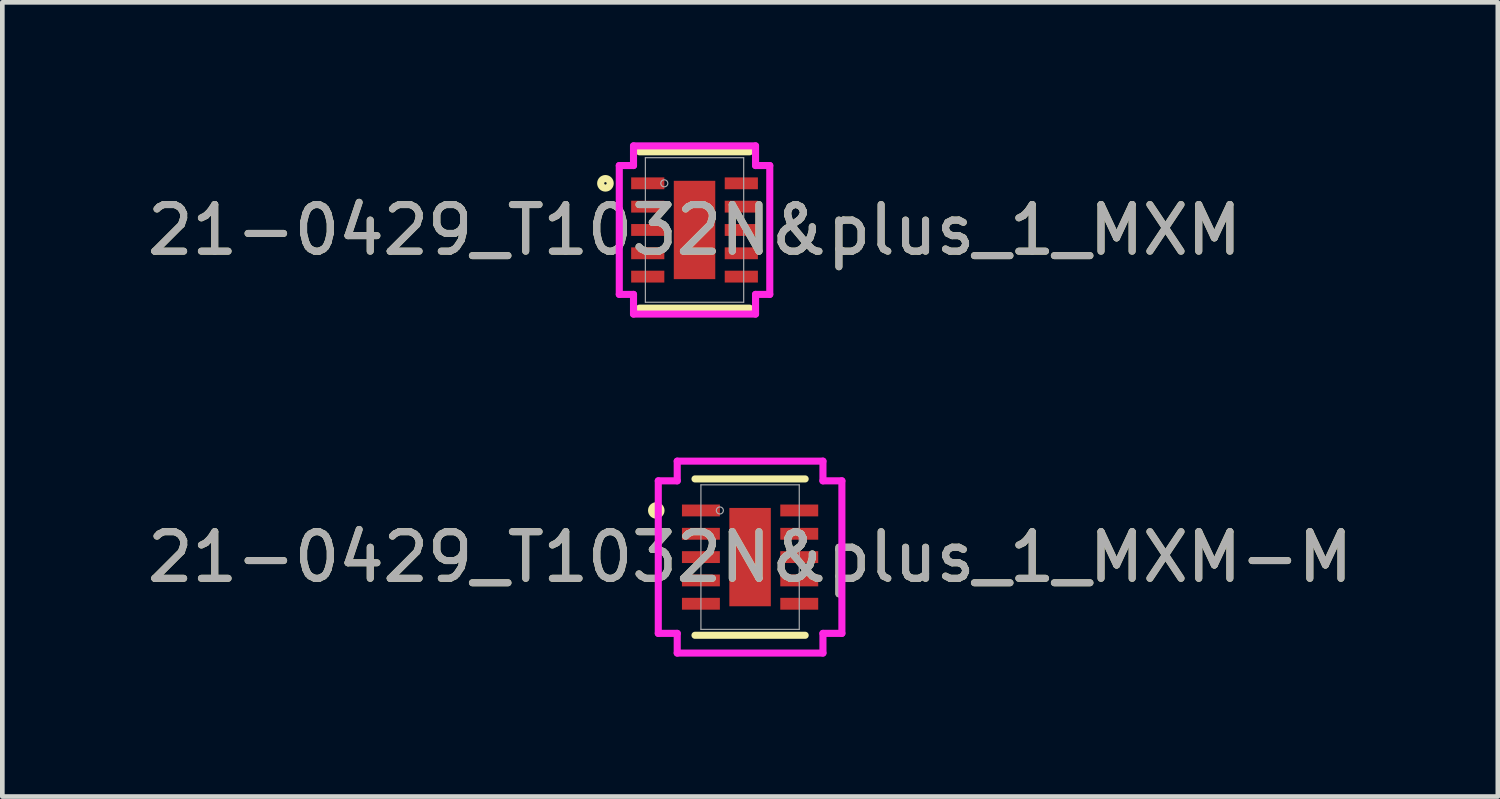
<source format=kicad_pcb>
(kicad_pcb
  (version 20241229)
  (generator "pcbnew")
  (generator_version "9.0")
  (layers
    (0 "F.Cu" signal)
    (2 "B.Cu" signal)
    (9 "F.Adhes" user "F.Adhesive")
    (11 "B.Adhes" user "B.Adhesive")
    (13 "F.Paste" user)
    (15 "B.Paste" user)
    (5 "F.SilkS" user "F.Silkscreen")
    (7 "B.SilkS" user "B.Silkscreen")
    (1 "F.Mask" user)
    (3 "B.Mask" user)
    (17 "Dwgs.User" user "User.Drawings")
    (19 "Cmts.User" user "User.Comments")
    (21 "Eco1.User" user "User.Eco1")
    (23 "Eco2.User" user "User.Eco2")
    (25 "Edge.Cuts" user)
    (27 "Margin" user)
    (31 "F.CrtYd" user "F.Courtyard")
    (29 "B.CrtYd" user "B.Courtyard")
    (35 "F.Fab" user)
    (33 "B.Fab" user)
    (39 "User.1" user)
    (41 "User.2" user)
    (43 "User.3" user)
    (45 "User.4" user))
  (footprint "21-0429_T1032N&plus_1_MXM-M"
    (layer "F.Cu")
    (at 13.03 8.893)
    (property "Reference" "21-0429_T1032N&plus_1_MXM-M" (at 0 0 0) (unlocked yes) (layer "F.SilkS") (effects (font (size 1 1) (thickness 0.15))))
    (attr smd)
    (fp_line (start -1.181 1.676) (end 1.181 1.676) (stroke (width 0.152) (type solid)) (layer "F.SilkS"))
    (fp_line (start 1.181 -1.676) (end -1.181 -1.676) (stroke (width 0.152) (type solid)) (layer "F.SilkS"))
    (fp_circle (center -2.011 -1) (end -1.91 -1) (stroke (width 0.152) (type solid)) (fill no) (layer "F.SilkS"))
    (fp_line (start -1.968 -1.635) (end -1.562 -1.635) (stroke (width 0.152) (type solid)) (layer "F.CrtYd"))
    (fp_line (start -1.968 1.635) (end -1.968 -1.635) (stroke (width 0.152) (type solid)) (layer "F.CrtYd"))
    (fp_line (start -1.968 1.635) (end -1.562 1.635) (stroke (width 0.152) (type solid)) (layer "F.CrtYd"))
    (fp_line (start -1.562 -2.057) (end 1.562 -2.057) (stroke (width 0.152) (type solid)) (layer "F.CrtYd"))
    (fp_line (start -1.562 -1.635) (end -1.562 -2.057) (stroke (width 0.152) (type solid)) (layer "F.CrtYd"))
    (fp_line (start -1.562 2.057) (end -1.562 1.635) (stroke (width 0.152) (type solid)) (layer "F.CrtYd"))
    (fp_line (start 1.562 -2.057) (end 1.562 -1.635) (stroke (width 0.152) (type solid)) (layer "F.CrtYd"))
    (fp_line (start 1.562 1.635) (end 1.562 2.057) (stroke (width 0.152) (type solid)) (layer "F.CrtYd"))
    (fp_line (start 1.562 2.057) (end -1.562 2.057) (stroke (width 0.152) (type solid)) (layer "F.CrtYd"))
    (fp_line (start 1.968 -1.635) (end 1.562 -1.635) (stroke (width 0.152) (type solid)) (layer "F.CrtYd"))
    (fp_line (start 1.968 -1.635) (end 1.968 1.635) (stroke (width 0.152) (type solid)) (layer "F.CrtYd"))
    (fp_line (start 1.968 1.635) (end 1.562 1.635) (stroke (width 0.152) (type solid)) (layer "F.CrtYd"))
    (fp_line (start -1.054 -1.549) (end -1.054 1.549) (stroke (width 0.025) (type solid)) (layer "F.Fab"))
    (fp_line (start -1.054 1.549) (end 1.054 1.549) (stroke (width 0.025) (type solid)) (layer "F.Fab"))
    (fp_line (start 1.054 -1.549) (end -1.054 -1.549) (stroke (width 0.025) (type solid)) (layer "F.Fab"))
    (fp_line (start 1.054 1.549) (end 1.054 -1.549) (stroke (width 0.025) (type solid)) (layer "F.Fab"))
    (fp_circle (center -0.648 -1) (end -0.572 -1) (stroke (width 0.025) (type solid)) (fill no) (layer "F.Fab"))
    (fp_text user "${REFERENCE}" (at 0 0 0) (unlocked yes) (layer "F.Fab") (effects (font (size 1 1) (thickness 0.15))))
    (pad "1" smd rect (at -1.054 -1) (size 0.813 0.254) (layers "F.Cu" "F.Mask" "F.Paste"))
    (pad "2" smd rect (at -1.054 -0.5) (size 0.813 0.254) (layers "F.Cu" "F.Mask" "F.Paste"))
    (pad "3" smd rect (at -1.054 0) (size 0.813 0.254) (layers "F.Cu" "F.Mask" "F.Paste"))
    (pad "4" smd rect (at -1.054 0.5) (size 0.813 0.254) (layers "F.Cu" "F.Mask" "F.Paste"))
    (pad "5" smd rect (at -1.054 1) (size 0.813 0.254) (layers "F.Cu" "F.Mask" "F.Paste"))
    (pad "6" smd rect (at 1.054 1) (size 0.813 0.254) (layers "F.Cu" "F.Mask" "F.Paste"))
    (pad "7" smd rect (at 1.054 0.5) (size 0.813 0.254) (layers "F.Cu" "F.Mask" "F.Paste"))
    (pad "8" smd rect (at 1.054 0) (size 0.813 0.254) (layers "F.Cu" "F.Mask" "F.Paste"))
    (pad "9" smd rect (at 1.054 -0.5) (size 0.813 0.254) (layers "F.Cu" "F.Mask" "F.Paste"))
    (pad "10" smd rect (at 1.054 -1) (size 0.813 0.254) (layers "F.Cu" "F.Mask" "F.Paste"))
    (pad "11" smd rect (at 0 0) (size 0.889 2.108) (layers "F.Cu" "F.Mask" "F.Paste")))
  (footprint "21-0429_T1032N&plus_1_MXM"
    (layer "F.Cu")
    (at 11.839 1.88)
    (property "Reference" "21-0429_T1032N&plus_1_MXM" (at 0 0 0) (unlocked yes) (layer "F.SilkS") (effects (font (size 1 1) (thickness 0.15))))
    (attr smd)
    (fp_line (start -1.181 1.676) (end 1.181 1.676) (stroke (width 0.152) (type solid)) (layer "F.SilkS"))
    (fp_line (start 1.181 -1.676) (end -1.181 -1.676) (stroke (width 0.152) (type solid)) (layer "F.SilkS"))
    (fp_circle (center -1.91 -1) (end -1.808 -1) (stroke (width 0.152) (type solid)) (fill no) (layer "F.SilkS"))
    (fp_line (start -1.613 -1.381) (end -1.308 -1.381) (stroke (width 0.152) (type solid)) (layer "F.CrtYd"))
    (fp_line (start -1.613 1.381) (end -1.613 -1.381) (stroke (width 0.152) (type solid)) (layer "F.CrtYd"))
    (fp_line (start -1.613 1.381) (end -1.308 1.381) (stroke (width 0.152) (type solid)) (layer "F.CrtYd"))
    (fp_line (start -1.308 -1.803) (end 1.308 -1.803) (stroke (width 0.152) (type solid)) (layer "F.CrtYd"))
    (fp_line (start -1.308 -1.381) (end -1.308 -1.803) (stroke (width 0.152) (type solid)) (layer "F.CrtYd"))
    (fp_line (start -1.308 1.803) (end -1.308 1.381) (stroke (width 0.152) (type solid)) (layer "F.CrtYd"))
    (fp_line (start 1.308 -1.803) (end 1.308 -1.381) (stroke (width 0.152) (type solid)) (layer "F.CrtYd"))
    (fp_line (start 1.308 1.381) (end 1.308 1.803) (stroke (width 0.152) (type solid)) (layer "F.CrtYd"))
    (fp_line (start 1.308 1.803) (end -1.308 1.803) (stroke (width 0.152) (type solid)) (layer "F.CrtYd"))
    (fp_line (start 1.613 -1.381) (end 1.308 -1.381) (stroke (width 0.152) (type solid)) (layer "F.CrtYd"))
    (fp_line (start 1.613 -1.381) (end 1.613 1.381) (stroke (width 0.152) (type solid)) (layer "F.CrtYd"))
    (fp_line (start 1.613 1.381) (end 1.308 1.381) (stroke (width 0.152) (type solid)) (layer "F.CrtYd"))
    (fp_line (start -1.054 -1.549) (end -1.054 1.549) (stroke (width 0.025) (type solid)) (layer "F.Fab"))
    (fp_line (start -1.054 1.549) (end 1.054 1.549) (stroke (width 0.025) (type solid)) (layer "F.Fab"))
    (fp_line (start 1.054 -1.549) (end -1.054 -1.549) (stroke (width 0.025) (type solid)) (layer "F.Fab"))
    (fp_line (start 1.054 1.549) (end 1.054 -1.549) (stroke (width 0.025) (type solid)) (layer "F.Fab"))
    (fp_circle (center -0.648 -1) (end -0.572 -1) (stroke (width 0.025) (type solid)) (fill no) (layer "F.Fab"))
    (fp_text user "${REFERENCE}" (at 0 0 0) (unlocked yes) (layer "F.Fab") (effects (font (size 1 1) (thickness 0.15))))
    (pad "1" smd rect (at -1.003 -1) (size 0.711 0.254) (layers "F.Cu" "F.Mask" "F.Paste"))
    (pad "2" smd rect (at -1.003 -0.5) (size 0.711 0.254) (layers "F.Cu" "F.Mask" "F.Paste"))
    (pad "3" smd rect (at -1.003 0) (size 0.711 0.254) (layers "F.Cu" "F.Mask" "F.Paste"))
    (pad "4" smd rect (at -1.003 0.5) (size 0.711 0.254) (layers "F.Cu" "F.Mask" "F.Paste"))
    (pad "5" smd rect (at -1.003 1) (size 0.711 0.254) (layers "F.Cu" "F.Mask" "F.Paste"))
    (pad "6" smd rect (at 1.003 1) (size 0.711 0.254) (layers "F.Cu" "F.Mask" "F.Paste"))
    (pad "7" smd rect (at 1.003 0.5) (size 0.711 0.254) (layers "F.Cu" "F.Mask" "F.Paste"))
    (pad "8" smd rect (at 1.003 0) (size 0.711 0.254) (layers "F.Cu" "F.Mask" "F.Paste"))
    (pad "9" smd rect (at 1.003 -0.5) (size 0.711 0.254) (layers "F.Cu" "F.Mask" "F.Paste"))
    (pad "10" smd rect (at 1.003 -1) (size 0.711 0.254) (layers "F.Cu" "F.Mask" "F.Paste"))
    (pad "11" smd rect (at 0 0) (size 0.889 2.108) (layers "F.Cu" "F.Mask" "F.Paste")))
  (gr_rect
    (start -3 -3)
    (end 29.06 14.026)
    (stroke (width 0.1) (type default))
    (fill no)
    (layer "Edge.Cuts")))
</source>
